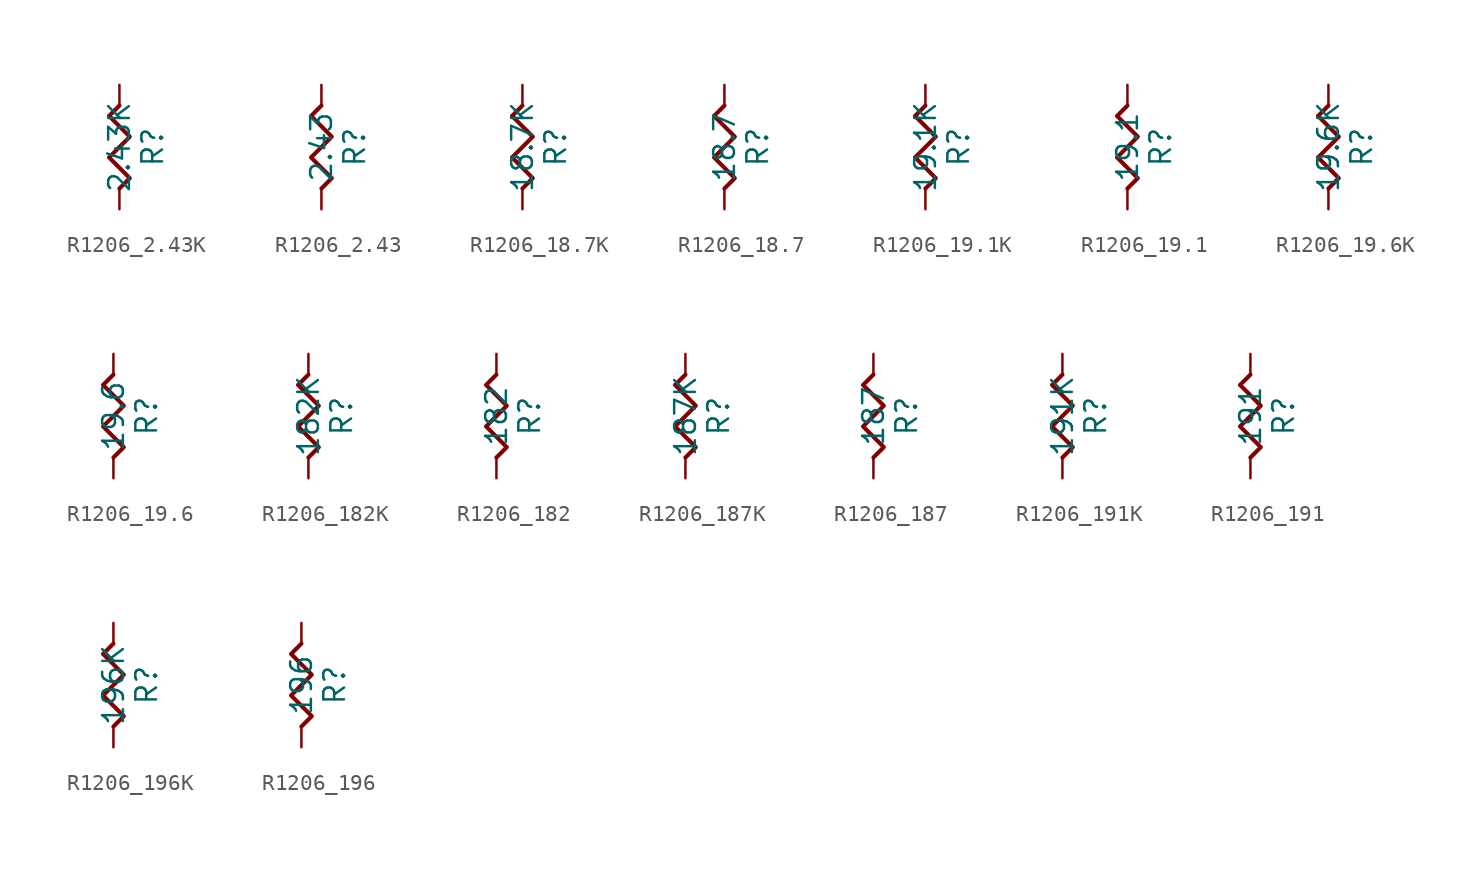
<source format=kicad_sym>
(kicad_symbol_lib
  (version 20211014)
  (generator atlantix-eda)
  (symbol "R1206_2.43K"
    (pin_numbers hide)
    (pin_names
      (offset 0))
    (property "Reference" "R"
      (at 2.032 0 90)
      (effects (font (size 1.27 1.27))))
    (property "Value" "2.43K"
      (at 0 0 90)
      (effects (font (size 1.27 1.27))))
    (symbol "R1206_2.43K_0_1"
      (polyline (pts (xy 0 -2.54) (xy 0.635 -1.905) (xy -0.635 -0.635) (xy 0.635 0.635) (xy -0.635 1.905) (xy 0 2.54)) (stroke (width 0.254) (type default) (color 0 0 0 0)) (fill (type none))))
    (symbol "R1206_2.43K_1_1"
      (pin passive line (at 0 3.81 270) (length 1.27) (name "~" (effects (font (size 1.27 1.27)))) (number "1" (effects (font (size 1.27 1.27)))))
      (pin passive line (at 0 -3.81 90) (length 1.27) (name "~" (effects (font (size 1.27 1.27)))) (number "2" (effects (font (size 1.27 1.27)))))))
  (symbol "R1206_2.43"
    (pin_numbers hide)
    (pin_names
      (offset 0))
    (property "Reference" "R"
      (at 2.032 0 90)
      (effects (font (size 1.27 1.27))))
    (property "Value" "2.43"
      (at 0 0 90)
      (effects (font (size 1.27 1.27))))
    (symbol "R1206_2.43_0_1"
      (polyline (pts (xy 0 -2.54) (xy 0.635 -1.905) (xy -0.635 -0.635) (xy 0.635 0.635) (xy -0.635 1.905) (xy 0 2.54)) (stroke (width 0.254) (type default) (color 0 0 0 0)) (fill (type none))))
    (symbol "R1206_2.43_1_1"
      (pin passive line (at 0 3.81 270) (length 1.27) (name "~" (effects (font (size 1.27 1.27)))) (number "1" (effects (font (size 1.27 1.27)))))
      (pin passive line (at 0 -3.81 90) (length 1.27) (name "~" (effects (font (size 1.27 1.27)))) (number "2" (effects (font (size 1.27 1.27)))))))
  (symbol "R1206_18.7K"
    (pin_numbers hide)
    (pin_names
      (offset 0))
    (property "Reference" "R"
      (at 2.032 0 90)
      (effects (font (size 1.27 1.27))))
    (property "Value" "18.7K"
      (at 0 0 90)
      (effects (font (size 1.27 1.27))))
    (symbol "R1206_18.7K_0_1"
      (polyline (pts (xy 0 -2.54) (xy 0.635 -1.905) (xy -0.635 -0.635) (xy 0.635 0.635) (xy -0.635 1.905) (xy 0 2.54)) (stroke (width 0.254) (type default) (color 0 0 0 0)) (fill (type none))))
    (symbol "R1206_18.7K_1_1"
      (pin passive line (at 0 3.81 270) (length 1.27) (name "~" (effects (font (size 1.27 1.27)))) (number "1" (effects (font (size 1.27 1.27)))))
      (pin passive line (at 0 -3.81 90) (length 1.27) (name "~" (effects (font (size 1.27 1.27)))) (number "2" (effects (font (size 1.27 1.27)))))))
  (symbol "R1206_18.7"
    (pin_numbers hide)
    (pin_names
      (offset 0))
    (property "Reference" "R"
      (at 2.032 0 90)
      (effects (font (size 1.27 1.27))))
    (property "Value" "18.7"
      (at 0 0 90)
      (effects (font (size 1.27 1.27))))
    (symbol "R1206_18.7_0_1"
      (polyline (pts (xy 0 -2.54) (xy 0.635 -1.905) (xy -0.635 -0.635) (xy 0.635 0.635) (xy -0.635 1.905) (xy 0 2.54)) (stroke (width 0.254) (type default) (color 0 0 0 0)) (fill (type none))))
    (symbol "R1206_18.7_1_1"
      (pin passive line (at 0 3.81 270) (length 1.27) (name "~" (effects (font (size 1.27 1.27)))) (number "1" (effects (font (size 1.27 1.27)))))
      (pin passive line (at 0 -3.81 90) (length 1.27) (name "~" (effects (font (size 1.27 1.27)))) (number "2" (effects (font (size 1.27 1.27)))))))
  (symbol "R1206_19.1K"
    (pin_numbers hide)
    (pin_names
      (offset 0))
    (property "Reference" "R"
      (at 2.032 0 90)
      (effects (font (size 1.27 1.27))))
    (property "Value" "19.1K"
      (at 0 0 90)
      (effects (font (size 1.27 1.27))))
    (symbol "R1206_19.1K_0_1"
      (polyline (pts (xy 0 -2.54) (xy 0.635 -1.905) (xy -0.635 -0.635) (xy 0.635 0.635) (xy -0.635 1.905) (xy 0 2.54)) (stroke (width 0.254) (type default) (color 0 0 0 0)) (fill (type none))))
    (symbol "R1206_19.1K_1_1"
      (pin passive line (at 0 3.81 270) (length 1.27) (name "~" (effects (font (size 1.27 1.27)))) (number "1" (effects (font (size 1.27 1.27)))))
      (pin passive line (at 0 -3.81 90) (length 1.27) (name "~" (effects (font (size 1.27 1.27)))) (number "2" (effects (font (size 1.27 1.27)))))))
  (symbol "R1206_19.1"
    (pin_numbers hide)
    (pin_names
      (offset 0))
    (property "Reference" "R"
      (at 2.032 0 90)
      (effects (font (size 1.27 1.27))))
    (property "Value" "19.1"
      (at 0 0 90)
      (effects (font (size 1.27 1.27))))
    (symbol "R1206_19.1_0_1"
      (polyline (pts (xy 0 -2.54) (xy 0.635 -1.905) (xy -0.635 -0.635) (xy 0.635 0.635) (xy -0.635 1.905) (xy 0 2.54)) (stroke (width 0.254) (type default) (color 0 0 0 0)) (fill (type none))))
    (symbol "R1206_19.1_1_1"
      (pin passive line (at 0 3.81 270) (length 1.27) (name "~" (effects (font (size 1.27 1.27)))) (number "1" (effects (font (size 1.27 1.27)))))
      (pin passive line (at 0 -3.81 90) (length 1.27) (name "~" (effects (font (size 1.27 1.27)))) (number "2" (effects (font (size 1.27 1.27)))))))
  (symbol "R1206_19.6K"
    (pin_numbers hide)
    (pin_names
      (offset 0))
    (property "Reference" "R"
      (at 2.032 0 90)
      (effects (font (size 1.27 1.27))))
    (property "Value" "19.6K"
      (at 0 0 90)
      (effects (font (size 1.27 1.27))))
    (symbol "R1206_19.6K_0_1"
      (polyline (pts (xy 0 -2.54) (xy 0.635 -1.905) (xy -0.635 -0.635) (xy 0.635 0.635) (xy -0.635 1.905) (xy 0 2.54)) (stroke (width 0.254) (type default) (color 0 0 0 0)) (fill (type none))))
    (symbol "R1206_19.6K_1_1"
      (pin passive line (at 0 3.81 270) (length 1.27) (name "~" (effects (font (size 1.27 1.27)))) (number "1" (effects (font (size 1.27 1.27)))))
      (pin passive line (at 0 -3.81 90) (length 1.27) (name "~" (effects (font (size 1.27 1.27)))) (number "2" (effects (font (size 1.27 1.27)))))))
  (symbol "R1206_19.6"
    (pin_numbers hide)
    (pin_names
      (offset 0))
    (property "Reference" "R"
      (at 2.032 0 90)
      (effects (font (size 1.27 1.27))))
    (property "Value" "19.6"
      (at 0 0 90)
      (effects (font (size 1.27 1.27))))
    (symbol "R1206_19.6_0_1"
      (polyline (pts (xy 0 -2.54) (xy 0.635 -1.905) (xy -0.635 -0.635) (xy 0.635 0.635) (xy -0.635 1.905) (xy 0 2.54)) (stroke (width 0.254) (type default) (color 0 0 0 0)) (fill (type none))))
    (symbol "R1206_19.6_1_1"
      (pin passive line (at 0 3.81 270) (length 1.27) (name "~" (effects (font (size 1.27 1.27)))) (number "1" (effects (font (size 1.27 1.27)))))
      (pin passive line (at 0 -3.81 90) (length 1.27) (name "~" (effects (font (size 1.27 1.27)))) (number "2" (effects (font (size 1.27 1.27)))))))
  (symbol "R1206_182K"
    (pin_numbers hide)
    (pin_names
      (offset 0))
    (property "Reference" "R"
      (at 2.032 0 90)
      (effects (font (size 1.27 1.27))))
    (property "Value" "182K"
      (at 0 0 90)
      (effects (font (size 1.27 1.27))))
    (symbol "R1206_182K_0_1"
      (polyline (pts (xy 0 -2.54) (xy 0.635 -1.905) (xy -0.635 -0.635) (xy 0.635 0.635) (xy -0.635 1.905) (xy 0 2.54)) (stroke (width 0.254) (type default) (color 0 0 0 0)) (fill (type none))))
    (symbol "R1206_182K_1_1"
      (pin passive line (at 0 3.81 270) (length 1.27) (name "~" (effects (font (size 1.27 1.27)))) (number "1" (effects (font (size 1.27 1.27)))))
      (pin passive line (at 0 -3.81 90) (length 1.27) (name "~" (effects (font (size 1.27 1.27)))) (number "2" (effects (font (size 1.27 1.27)))))))
  (symbol "R1206_182"
    (pin_numbers hide)
    (pin_names
      (offset 0))
    (property "Reference" "R"
      (at 2.032 0 90)
      (effects (font (size 1.27 1.27))))
    (property "Value" "182"
      (at 0 0 90)
      (effects (font (size 1.27 1.27))))
    (symbol "R1206_182_0_1"
      (polyline (pts (xy 0 -2.54) (xy 0.635 -1.905) (xy -0.635 -0.635) (xy 0.635 0.635) (xy -0.635 1.905) (xy 0 2.54)) (stroke (width 0.254) (type default) (color 0 0 0 0)) (fill (type none))))
    (symbol "R1206_182_1_1"
      (pin passive line (at 0 3.81 270) (length 1.27) (name "~" (effects (font (size 1.27 1.27)))) (number "1" (effects (font (size 1.27 1.27)))))
      (pin passive line (at 0 -3.81 90) (length 1.27) (name "~" (effects (font (size 1.27 1.27)))) (number "2" (effects (font (size 1.27 1.27)))))))
  (symbol "R1206_187K"
    (pin_numbers hide)
    (pin_names
      (offset 0))
    (property "Reference" "R"
      (at 2.032 0 90)
      (effects (font (size 1.27 1.27))))
    (property "Value" "187K"
      (at 0 0 90)
      (effects (font (size 1.27 1.27))))
    (symbol "R1206_187K_0_1"
      (polyline (pts (xy 0 -2.54) (xy 0.635 -1.905) (xy -0.635 -0.635) (xy 0.635 0.635) (xy -0.635 1.905) (xy 0 2.54)) (stroke (width 0.254) (type default) (color 0 0 0 0)) (fill (type none))))
    (symbol "R1206_187K_1_1"
      (pin passive line (at 0 3.81 270) (length 1.27) (name "~" (effects (font (size 1.27 1.27)))) (number "1" (effects (font (size 1.27 1.27)))))
      (pin passive line (at 0 -3.81 90) (length 1.27) (name "~" (effects (font (size 1.27 1.27)))) (number "2" (effects (font (size 1.27 1.27)))))))
  (symbol "R1206_187"
    (pin_numbers hide)
    (pin_names
      (offset 0))
    (property "Reference" "R"
      (at 2.032 0 90)
      (effects (font (size 1.27 1.27))))
    (property "Value" "187"
      (at 0 0 90)
      (effects (font (size 1.27 1.27))))
    (symbol "R1206_187_0_1"
      (polyline (pts (xy 0 -2.54) (xy 0.635 -1.905) (xy -0.635 -0.635) (xy 0.635 0.635) (xy -0.635 1.905) (xy 0 2.54)) (stroke (width 0.254) (type default) (color 0 0 0 0)) (fill (type none))))
    (symbol "R1206_187_1_1"
      (pin passive line (at 0 3.81 270) (length 1.27) (name "~" (effects (font (size 1.27 1.27)))) (number "1" (effects (font (size 1.27 1.27)))))
      (pin passive line (at 0 -3.81 90) (length 1.27) (name "~" (effects (font (size 1.27 1.27)))) (number "2" (effects (font (size 1.27 1.27)))))))
  (symbol "R1206_191K"
    (pin_numbers hide)
    (pin_names
      (offset 0))
    (property "Reference" "R"
      (at 2.032 0 90)
      (effects (font (size 1.27 1.27))))
    (property "Value" "191K"
      (at 0 0 90)
      (effects (font (size 1.27 1.27))))
    (symbol "R1206_191K_0_1"
      (polyline (pts (xy 0 -2.54) (xy 0.635 -1.905) (xy -0.635 -0.635) (xy 0.635 0.635) (xy -0.635 1.905) (xy 0 2.54)) (stroke (width 0.254) (type default) (color 0 0 0 0)) (fill (type none))))
    (symbol "R1206_191K_1_1"
      (pin passive line (at 0 3.81 270) (length 1.27) (name "~" (effects (font (size 1.27 1.27)))) (number "1" (effects (font (size 1.27 1.27)))))
      (pin passive line (at 0 -3.81 90) (length 1.27) (name "~" (effects (font (size 1.27 1.27)))) (number "2" (effects (font (size 1.27 1.27)))))))
  (symbol "R1206_191"
    (pin_numbers hide)
    (pin_names
      (offset 0))
    (property "Reference" "R"
      (at 2.032 0 90)
      (effects (font (size 1.27 1.27))))
    (property "Value" "191"
      (at 0 0 90)
      (effects (font (size 1.27 1.27))))
    (symbol "R1206_191_0_1"
      (polyline (pts (xy 0 -2.54) (xy 0.635 -1.905) (xy -0.635 -0.635) (xy 0.635 0.635) (xy -0.635 1.905) (xy 0 2.54)) (stroke (width 0.254) (type default) (color 0 0 0 0)) (fill (type none))))
    (symbol "R1206_191_1_1"
      (pin passive line (at 0 3.81 270) (length 1.27) (name "~" (effects (font (size 1.27 1.27)))) (number "1" (effects (font (size 1.27 1.27)))))
      (pin passive line (at 0 -3.81 90) (length 1.27) (name "~" (effects (font (size 1.27 1.27)))) (number "2" (effects (font (size 1.27 1.27)))))))
  (symbol "R1206_196K"
    (pin_numbers hide)
    (pin_names
      (offset 0))
    (property "Reference" "R"
      (at 2.032 0 90)
      (effects (font (size 1.27 1.27))))
    (property "Value" "196K"
      (at 0 0 90)
      (effects (font (size 1.27 1.27))))
    (symbol "R1206_196K_0_1"
      (polyline (pts (xy 0 -2.54) (xy 0.635 -1.905) (xy -0.635 -0.635) (xy 0.635 0.635) (xy -0.635 1.905) (xy 0 2.54)) (stroke (width 0.254) (type default) (color 0 0 0 0)) (fill (type none))))
    (symbol "R1206_196K_1_1"
      (pin passive line (at 0 3.81 270) (length 1.27) (name "~" (effects (font (size 1.27 1.27)))) (number "1" (effects (font (size 1.27 1.27)))))
      (pin passive line (at 0 -3.81 90) (length 1.27) (name "~" (effects (font (size 1.27 1.27)))) (number "2" (effects (font (size 1.27 1.27)))))))
  (symbol "R1206_196"
    (pin_numbers hide)
    (pin_names
      (offset 0))
    (property "Reference" "R"
      (at 2.032 0 90)
      (effects (font (size 1.27 1.27))))
    (property "Value" "196"
      (at 0 0 90)
      (effects (font (size 1.27 1.27))))
    (symbol "R1206_196_0_1"
      (polyline (pts (xy 0 -2.54) (xy 0.635 -1.905) (xy -0.635 -0.635) (xy 0.635 0.635) (xy -0.635 1.905) (xy 0 2.54)) (stroke (width 0.254) (type default) (color 0 0 0 0)) (fill (type none))))
    (symbol "R1206_196_1_1"
      (pin passive line (at 0 3.81 270) (length 1.27) (name "~" (effects (font (size 1.27 1.27)))) (number "1" (effects (font (size 1.27 1.27)))))
      (pin passive line (at 0 -3.81 90) (length 1.27) (name "~" (effects (font (size 1.27 1.27)))) (number "2" (effects (font (size 1.27 1.27))))))))
</source>
